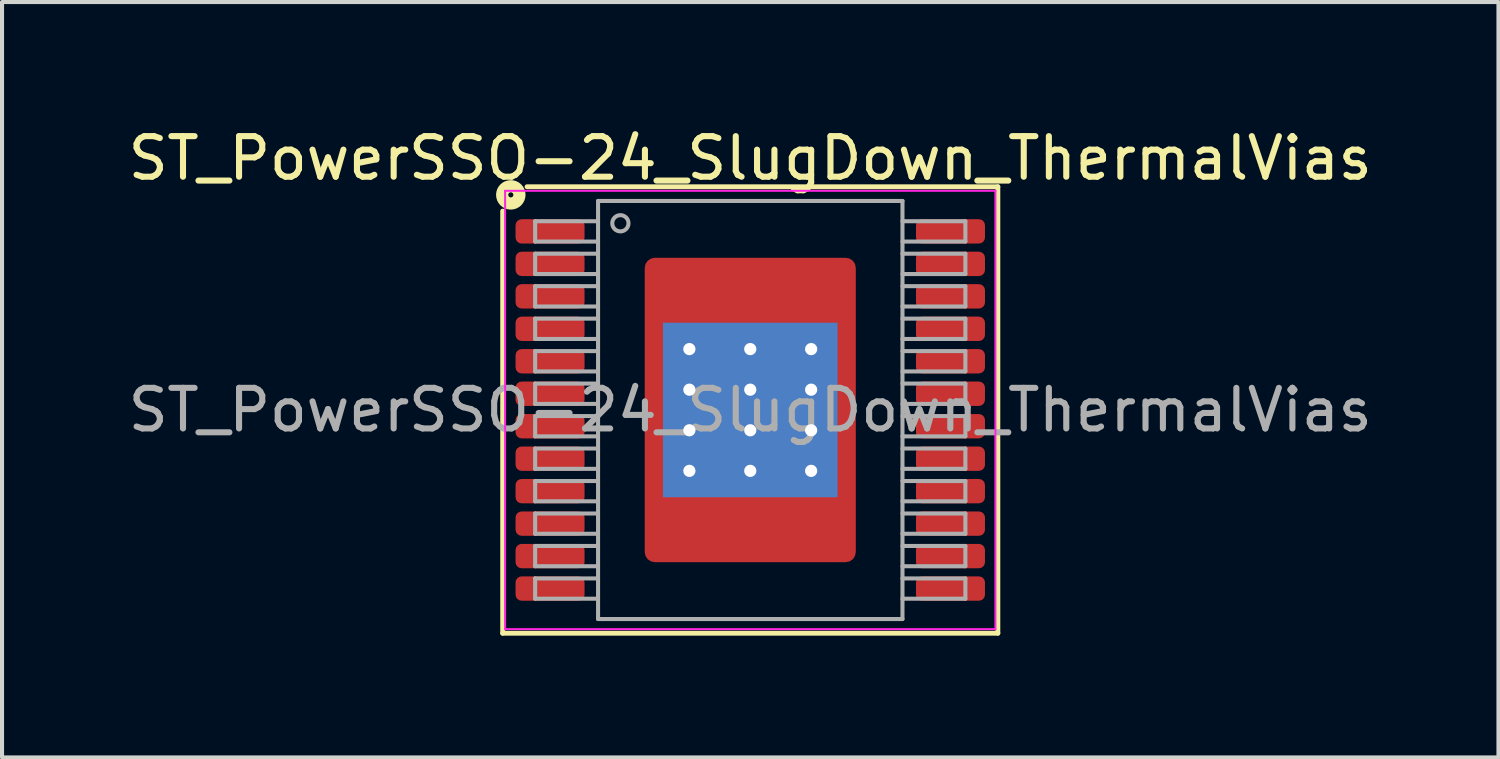
<source format=kicad_pcb>
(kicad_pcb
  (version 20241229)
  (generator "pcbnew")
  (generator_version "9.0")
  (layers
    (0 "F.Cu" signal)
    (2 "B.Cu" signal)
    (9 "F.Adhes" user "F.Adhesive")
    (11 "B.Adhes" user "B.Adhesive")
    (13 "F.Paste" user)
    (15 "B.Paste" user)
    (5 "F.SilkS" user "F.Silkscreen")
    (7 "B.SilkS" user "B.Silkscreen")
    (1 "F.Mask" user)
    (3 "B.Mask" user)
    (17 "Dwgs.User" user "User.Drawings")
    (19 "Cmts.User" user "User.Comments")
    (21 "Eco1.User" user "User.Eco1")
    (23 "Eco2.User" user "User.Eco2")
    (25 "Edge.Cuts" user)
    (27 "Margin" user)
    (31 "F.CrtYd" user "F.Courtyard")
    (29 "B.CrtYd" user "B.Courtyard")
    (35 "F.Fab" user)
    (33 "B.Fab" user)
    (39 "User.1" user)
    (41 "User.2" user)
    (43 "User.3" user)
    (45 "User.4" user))
  (footprint "ST_PowerSSO-24_SlugDown_ThermalVias"
    (layer "F.Cu")
    (at 15.435 7.051)
    (property "Reference" "ST_PowerSSO-24_SlugDown_ThermalVias" (at 0 -6.202 0) (layer "F.SilkS") (effects (font (size 1 1) (thickness 0.15))))
    (attr smd)
    (fp_line (start -6.1 -4.9) (end -6.1 5.5) (stroke (width 0.12) (type solid)) (layer "F.SilkS"))
    (fp_line (start -6.1 5.5) (end 6.1 5.5) (stroke (width 0.12) (type solid)) (layer "F.SilkS"))
    (fp_line (start 6.1 -5.5) (end -5.5 -5.5) (stroke (width 0.12) (type solid)) (layer "F.SilkS"))
    (fp_line (start 6.1 5.5) (end 6.1 -5.5) (stroke (width 0.12) (type solid)) (layer "F.SilkS"))
    (fp_circle (center -5.9 -5.3) (end -5.837 -5.3) (stroke (width 0.3) (type solid)) (fill no) (layer "F.SilkS"))
    (fp_line (start -6.04 -5.4) (end -6.04 5.4) (stroke (width 0.05) (type solid)) (layer "F.CrtYd"))
    (fp_line (start -6.04 -5.4) (end 6.04 -5.4) (stroke (width 0.05) (type solid)) (layer "F.CrtYd"))
    (fp_line (start 6.04 5.4) (end -6.04 5.4) (stroke (width 0.05) (type solid)) (layer "F.CrtYd"))
    (fp_line (start 6.04 5.4) (end 6.04 -5.4) (stroke (width 0.05) (type solid)) (layer "F.CrtYd"))
    (fp_line (start -5.3 -4.65) (end -5.3 -4.15) (stroke (width 0.1) (type solid)) (layer "F.Fab"))
    (fp_line (start -5.3 -4.65) (end -3.75 -4.65) (stroke (width 0.1) (type solid)) (layer "F.Fab"))
    (fp_line (start -5.3 -4.15) (end -3.75 -4.15) (stroke (width 0.1) (type solid)) (layer "F.Fab"))
    (fp_line (start -5.3 -3.85) (end -5.3 -3.35) (stroke (width 0.1) (type solid)) (layer "F.Fab"))
    (fp_line (start -5.3 -3.85) (end -3.75 -3.85) (stroke (width 0.1) (type solid)) (layer "F.Fab"))
    (fp_line (start -5.3 -3.35) (end -3.75 -3.35) (stroke (width 0.1) (type solid)) (layer "F.Fab"))
    (fp_line (start -5.3 -3.05) (end -5.3 -2.55) (stroke (width 0.1) (type solid)) (layer "F.Fab"))
    (fp_line (start -5.3 -3.05) (end -3.75 -3.05) (stroke (width 0.1) (type solid)) (layer "F.Fab"))
    (fp_line (start -5.3 -2.55) (end -3.75 -2.55) (stroke (width 0.1) (type solid)) (layer "F.Fab"))
    (fp_line (start -5.3 -2.25) (end -5.3 -1.75) (stroke (width 0.1) (type solid)) (layer "F.Fab"))
    (fp_line (start -5.3 -2.25) (end -3.75 -2.25) (stroke (width 0.1) (type solid)) (layer "F.Fab"))
    (fp_line (start -5.3 -1.75) (end -3.75 -1.75) (stroke (width 0.1) (type solid)) (layer "F.Fab"))
    (fp_line (start -5.3 -1.45) (end -5.3 -0.95) (stroke (width 0.1) (type solid)) (layer "F.Fab"))
    (fp_line (start -5.3 -1.45) (end -3.75 -1.45) (stroke (width 0.1) (type solid)) (layer "F.Fab"))
    (fp_line (start -5.3 -0.95) (end -3.75 -0.95) (stroke (width 0.1) (type solid)) (layer "F.Fab"))
    (fp_line (start -5.3 -0.65) (end -5.3 -0.15) (stroke (width 0.1) (type solid)) (layer "F.Fab"))
    (fp_line (start -5.3 -0.65) (end -3.75 -0.65) (stroke (width 0.1) (type solid)) (layer "F.Fab"))
    (fp_line (start -5.3 -0.15) (end -3.75 -0.15) (stroke (width 0.1) (type solid)) (layer "F.Fab"))
    (fp_line (start -5.3 0.15) (end -5.3 0.65) (stroke (width 0.1) (type solid)) (layer "F.Fab"))
    (fp_line (start -5.3 0.15) (end -3.75 0.15) (stroke (width 0.1) (type solid)) (layer "F.Fab"))
    (fp_line (start -5.3 0.65) (end -3.75 0.65) (stroke (width 0.1) (type solid)) (layer "F.Fab"))
    (fp_line (start -5.3 0.95) (end -5.3 1.45) (stroke (width 0.1) (type solid)) (layer "F.Fab"))
    (fp_line (start -5.3 0.95) (end -3.75 0.95) (stroke (width 0.1) (type solid)) (layer "F.Fab"))
    (fp_line (start -5.3 1.45) (end -3.75 1.45) (stroke (width 0.1) (type solid)) (layer "F.Fab"))
    (fp_line (start -5.3 1.75) (end -5.3 2.25) (stroke (width 0.1) (type solid)) (layer "F.Fab"))
    (fp_line (start -5.3 1.75) (end -3.75 1.75) (stroke (width 0.1) (type solid)) (layer "F.Fab"))
    (fp_line (start -5.3 2.25) (end -3.75 2.25) (stroke (width 0.1) (type solid)) (layer "F.Fab"))
    (fp_line (start -5.3 2.55) (end -5.3 3.05) (stroke (width 0.1) (type solid)) (layer "F.Fab"))
    (fp_line (start -5.3 2.55) (end -3.75 2.55) (stroke (width 0.1) (type solid)) (layer "F.Fab"))
    (fp_line (start -5.3 3.05) (end -3.75 3.05) (stroke (width 0.1) (type solid)) (layer "F.Fab"))
    (fp_line (start -5.3 3.35) (end -5.3 3.85) (stroke (width 0.1) (type solid)) (layer "F.Fab"))
    (fp_line (start -5.3 3.35) (end -3.75 3.35) (stroke (width 0.1) (type solid)) (layer "F.Fab"))
    (fp_line (start -5.3 3.85) (end -3.75 3.85) (stroke (width 0.1) (type solid)) (layer "F.Fab"))
    (fp_line (start -5.3 4.15) (end -5.3 4.65) (stroke (width 0.1) (type solid)) (layer "F.Fab"))
    (fp_line (start -5.3 4.15) (end -3.75 4.15) (stroke (width 0.1) (type solid)) (layer "F.Fab"))
    (fp_line (start -5.3 4.65) (end -3.75 4.65) (stroke (width 0.1) (type solid)) (layer "F.Fab"))
    (fp_line (start -3.75 -5.15) (end -3.75 5.15) (stroke (width 0.1) (type solid)) (layer "F.Fab"))
    (fp_line (start -3.75 5.15) (end 3.75 5.15) (stroke (width 0.1) (type solid)) (layer "F.Fab"))
    (fp_line (start 3.75 -5.15) (end -3.75 -5.15) (stroke (width 0.1) (type solid)) (layer "F.Fab"))
    (fp_line (start 3.75 5.15) (end 3.75 -5.15) (stroke (width 0.1) (type solid)) (layer "F.Fab"))
    (fp_line (start 5.3 -4.65) (end 3.75 -4.65) (stroke (width 0.1) (type solid)) (layer "F.Fab"))
    (fp_line (start 5.3 -4.15) (end 3.75 -4.15) (stroke (width 0.1) (type solid)) (layer "F.Fab"))
    (fp_line (start 5.3 -4.15) (end 5.3 -4.65) (stroke (width 0.1) (type solid)) (layer "F.Fab"))
    (fp_line (start 5.3 -3.85) (end 3.75 -3.85) (stroke (width 0.1) (type solid)) (layer "F.Fab"))
    (fp_line (start 5.3 -3.35) (end 3.75 -3.35) (stroke (width 0.1) (type solid)) (layer "F.Fab"))
    (fp_line (start 5.3 -3.35) (end 5.3 -3.85) (stroke (width 0.1) (type solid)) (layer "F.Fab"))
    (fp_line (start 5.3 -3.05) (end 3.75 -3.05) (stroke (width 0.1) (type solid)) (layer "F.Fab"))
    (fp_line (start 5.3 -2.55) (end 3.75 -2.55) (stroke (width 0.1) (type solid)) (layer "F.Fab"))
    (fp_line (start 5.3 -2.55) (end 5.3 -3.05) (stroke (width 0.1) (type solid)) (layer "F.Fab"))
    (fp_line (start 5.3 -2.25) (end 3.75 -2.25) (stroke (width 0.1) (type solid)) (layer "F.Fab"))
    (fp_line (start 5.3 -1.75) (end 3.75 -1.75) (stroke (width 0.1) (type solid)) (layer "F.Fab"))
    (fp_line (start 5.3 -1.75) (end 5.3 -2.25) (stroke (width 0.1) (type solid)) (layer "F.Fab"))
    (fp_line (start 5.3 -1.45) (end 3.75 -1.45) (stroke (width 0.1) (type solid)) (layer "F.Fab"))
    (fp_line (start 5.3 -0.95) (end 3.75 -0.95) (stroke (width 0.1) (type solid)) (layer "F.Fab"))
    (fp_line (start 5.3 -0.95) (end 5.3 -1.45) (stroke (width 0.1) (type solid)) (layer "F.Fab"))
    (fp_line (start 5.3 -0.65) (end 3.75 -0.65) (stroke (width 0.1) (type solid)) (layer "F.Fab"))
    (fp_line (start 5.3 -0.15) (end 3.75 -0.15) (stroke (width 0.1) (type solid)) (layer "F.Fab"))
    (fp_line (start 5.3 -0.15) (end 5.3 -0.65) (stroke (width 0.1) (type solid)) (layer "F.Fab"))
    (fp_line (start 5.3 0.15) (end 3.75 0.15) (stroke (width 0.1) (type solid)) (layer "F.Fab"))
    (fp_line (start 5.3 0.65) (end 3.75 0.65) (stroke (width 0.1) (type solid)) (layer "F.Fab"))
    (fp_line (start 5.3 0.65) (end 5.3 0.15) (stroke (width 0.1) (type solid)) (layer "F.Fab"))
    (fp_line (start 5.3 0.95) (end 3.75 0.95) (stroke (width 0.1) (type solid)) (layer "F.Fab"))
    (fp_line (start 5.3 1.45) (end 3.75 1.45) (stroke (width 0.1) (type solid)) (layer "F.Fab"))
    (fp_line (start 5.3 1.45) (end 5.3 0.95) (stroke (width 0.1) (type solid)) (layer "F.Fab"))
    (fp_line (start 5.3 1.75) (end 3.75 1.75) (stroke (width 0.1) (type solid)) (layer "F.Fab"))
    (fp_line (start 5.3 2.25) (end 3.75 2.25) (stroke (width 0.1) (type solid)) (layer "F.Fab"))
    (fp_line (start 5.3 2.25) (end 5.3 1.75) (stroke (width 0.1) (type solid)) (layer "F.Fab"))
    (fp_line (start 5.3 2.55) (end 3.75 2.55) (stroke (width 0.1) (type solid)) (layer "F.Fab"))
    (fp_line (start 5.3 3.05) (end 3.75 3.05) (stroke (width 0.1) (type solid)) (layer "F.Fab"))
    (fp_line (start 5.3 3.05) (end 5.3 2.55) (stroke (width 0.1) (type solid)) (layer "F.Fab"))
    (fp_line (start 5.3 3.35) (end 3.75 3.35) (stroke (width 0.1) (type solid)) (layer "F.Fab"))
    (fp_line (start 5.3 3.85) (end 3.75 3.85) (stroke (width 0.1) (type solid)) (layer "F.Fab"))
    (fp_line (start 5.3 3.85) (end 5.3 3.35) (stroke (width 0.1) (type solid)) (layer "F.Fab"))
    (fp_line (start 5.3 4.15) (end 3.75 4.15) (stroke (width 0.1) (type solid)) (layer "F.Fab"))
    (fp_line (start 5.3 4.65) (end 3.75 4.65) (stroke (width 0.1) (type solid)) (layer "F.Fab"))
    (fp_line (start 5.3 4.65) (end 5.3 4.15) (stroke (width 0.1) (type solid)) (layer "F.Fab"))
    (fp_circle (center -3.2 -4.6) (end -3 -4.6) (stroke (width 0.1) (type solid)) (fill no) (layer "F.Fab"))
    (fp_text user "${REFERENCE}" (at 0 0 0) (layer "F.Fab") (effects (font (size 1 1) (thickness 0.15))))
    (pad "" smd roundrect (at -1.7 -2.7) (size 1.4 1.5) (layers "F.Paste") (roundrect_rratio 0.179))
    (pad "" smd roundrect (at -1.7 -0.9) (size 1.4 1.5) (layers "F.Paste") (roundrect_rratio 0.179))
    (pad "" smd roundrect (at -1.7 0.9) (size 1.4 1.5) (layers "F.Paste") (roundrect_rratio 0.179))
    (pad "" smd roundrect (at -1.7 2.7) (size 1.4 1.5) (layers "F.Paste") (roundrect_rratio 0.179))
    (pad "" smd roundrect (at 0 -2.7) (size 1.4 1.5) (layers "F.Paste") (roundrect_rratio 0.179))
    (pad "" smd roundrect (at 0 -0.9) (size 1.4 1.5) (layers "F.Paste") (roundrect_rratio 0.179))
    (pad "" smd roundrect (at 0 0.9) (size 1.4 1.5) (layers "F.Paste") (roundrect_rratio 0.179))
    (pad "" smd roundrect (at 0 2.7) (size 1.4 1.5) (layers "F.Paste") (roundrect_rratio 0.179))
    (pad "" smd roundrect (at 1.7 -2.7) (size 1.4 1.5) (layers "F.Paste") (roundrect_rratio 0.179))
    (pad "" smd roundrect (at 1.7 -0.9) (size 1.4 1.5) (layers "F.Paste") (roundrect_rratio 0.179))
    (pad "" smd roundrect (at 1.7 0.9) (size 1.4 1.5) (layers "F.Paste") (roundrect_rratio 0.179))
    (pad "" smd roundrect (at 1.7 2.7) (size 1.4 1.5) (layers "F.Paste") (roundrect_rratio 0.179))
    (pad "1" smd roundrect (at -4.933 -4.4) (size 1.7 0.6) (layers "F.Cu" "F.Mask" "F.Paste") (roundrect_rratio 0.25))
    (pad "2" smd roundrect (at -4.933 -3.6) (size 1.7 0.6) (layers "F.Cu" "F.Mask" "F.Paste") (roundrect_rratio 0.25))
    (pad "3" smd roundrect (at -4.933 -2.8) (size 1.7 0.6) (layers "F.Cu" "F.Mask" "F.Paste") (roundrect_rratio 0.25))
    (pad "4" smd roundrect (at -4.933 -2) (size 1.7 0.6) (layers "F.Cu" "F.Mask" "F.Paste") (roundrect_rratio 0.25))
    (pad "5" smd roundrect (at -4.933 -1.2) (size 1.7 0.6) (layers "F.Cu" "F.Mask" "F.Paste") (roundrect_rratio 0.25))
    (pad "6" smd roundrect (at -4.933 -0.4) (size 1.7 0.6) (layers "F.Cu" "F.Mask" "F.Paste") (roundrect_rratio 0.25))
    (pad "7" smd roundrect (at -4.933 0.4) (size 1.7 0.6) (layers "F.Cu" "F.Mask" "F.Paste") (roundrect_rratio 0.25))
    (pad "8" smd roundrect (at -4.933 1.2) (size 1.7 0.6) (layers "F.Cu" "F.Mask" "F.Paste") (roundrect_rratio 0.25))
    (pad "9" smd roundrect (at -4.933 2) (size 1.7 0.6) (layers "F.Cu" "F.Mask" "F.Paste") (roundrect_rratio 0.25))
    (pad "10" smd roundrect (at -4.933 2.8) (size 1.7 0.6) (layers "F.Cu" "F.Mask" "F.Paste") (roundrect_rratio 0.25))
    (pad "11" smd roundrect (at -4.933 3.6) (size 1.7 0.6) (layers "F.Cu" "F.Mask" "F.Paste") (roundrect_rratio 0.25))
    (pad "12" smd roundrect (at -4.933 4.4) (size 1.7 0.6) (layers "F.Cu" "F.Mask" "F.Paste") (roundrect_rratio 0.25))
    (pad "13" smd roundrect (at 4.933 4.4) (size 1.7 0.6) (layers "F.Cu" "F.Mask" "F.Paste") (roundrect_rratio 0.25))
    (pad "14" smd roundrect (at 4.933 3.6) (size 1.7 0.6) (layers "F.Cu" "F.Mask" "F.Paste") (roundrect_rratio 0.25))
    (pad "15" smd roundrect (at 4.933 2.8) (size 1.7 0.6) (layers "F.Cu" "F.Mask" "F.Paste") (roundrect_rratio 0.25))
    (pad "16" smd roundrect (at 4.933 2) (size 1.7 0.6) (layers "F.Cu" "F.Mask" "F.Paste") (roundrect_rratio 0.25))
    (pad "17" smd roundrect (at 4.933 1.2) (size 1.7 0.6) (layers "F.Cu" "F.Mask" "F.Paste") (roundrect_rratio 0.25))
    (pad "18" smd roundrect (at 4.933 0.4) (size 1.7 0.6) (layers "F.Cu" "F.Mask" "F.Paste") (roundrect_rratio 0.25))
    (pad "19" smd roundrect (at 4.933 -0.4) (size 1.7 0.6) (layers "F.Cu" "F.Mask" "F.Paste") (roundrect_rratio 0.25))
    (pad "20" smd roundrect (at 4.933 -1.2) (size 1.7 0.6) (layers "F.Cu" "F.Mask" "F.Paste") (roundrect_rratio 0.25))
    (pad "21" smd roundrect (at 4.933 -2) (size 1.7 0.6) (layers "F.Cu" "F.Mask" "F.Paste") (roundrect_rratio 0.25))
    (pad "22" smd roundrect (at 4.933 -2.8) (size 1.7 0.6) (layers "F.Cu" "F.Mask" "F.Paste") (roundrect_rratio 0.25))
    (pad "23" smd roundrect (at 4.933 -3.6) (size 1.7 0.6) (layers "F.Cu" "F.Mask" "F.Paste") (roundrect_rratio 0.25))
    (pad "24" smd roundrect (at 4.933 -4.4) (size 1.7 0.6) (layers "F.Cu" "F.Mask" "F.Paste") (roundrect_rratio 0.25))
    (pad "25" thru_hole circle (at -1.5 -1.5) (size 0.7 0.7) (drill 0.3) (property pad_prop_heatsink) (layers "*.Cu"))
    (pad "25" thru_hole circle (at -1.5 -0.5) (size 0.7 0.7) (drill 0.3) (property pad_prop_heatsink) (layers "*.Cu"))
    (pad "25" thru_hole circle (at -1.5 0.5) (size 0.7 0.7) (drill 0.3) (property pad_prop_heatsink) (layers "*.Cu"))
    (pad "25" thru_hole circle (at -1.5 1.5) (size 0.7 0.7) (drill 0.3) (property pad_prop_heatsink) (layers "*.Cu"))
    (pad "25" thru_hole circle (at 0 -1.5) (size 0.7 0.7) (drill 0.3) (property pad_prop_heatsink) (layers "*.Cu"))
    (pad "25" thru_hole circle (at 0 -0.5) (size 0.7 0.7) (drill 0.3) (property pad_prop_heatsink) (layers "*.Cu"))
    (pad "25" smd rect (at 0 0) (size 4.3 4.3) (layers "B.Cu" "B.Mask"))
    (pad "25" smd roundrect (at 0 0) (size 5.2 7.5) (layers "F.Cu" "F.Mask") (roundrect_rratio 0.048))
    (pad "25" thru_hole circle (at 0 0.5) (size 0.7 0.7) (drill 0.3) (property pad_prop_heatsink) (layers "*.Cu"))
    (pad "25" thru_hole circle (at 0 1.5) (size 0.7 0.7) (drill 0.3) (property pad_prop_heatsink) (layers "*.Cu"))
    (pad "25" thru_hole circle (at 1.5 -1.5) (size 0.7 0.7) (drill 0.3) (property pad_prop_heatsink) (layers "*.Cu"))
    (pad "25" thru_hole circle (at 1.5 -0.5) (size 0.7 0.7) (drill 0.3) (property pad_prop_heatsink) (layers "*.Cu"))
    (pad "25" thru_hole circle (at 1.5 0.5) (size 0.7 0.7) (drill 0.3) (property pad_prop_heatsink) (layers "*.Cu"))
    (pad "25" thru_hole circle (at 1.5 1.5) (size 0.7 0.7) (drill 0.3) (property pad_prop_heatsink) (layers "*.Cu")))
  (gr_rect
    (start -3 -3)
    (end 33.869 15.611)
    (stroke (width 0.1) (type default))
    (fill no)
    (layer "Edge.Cuts")))
</source>
